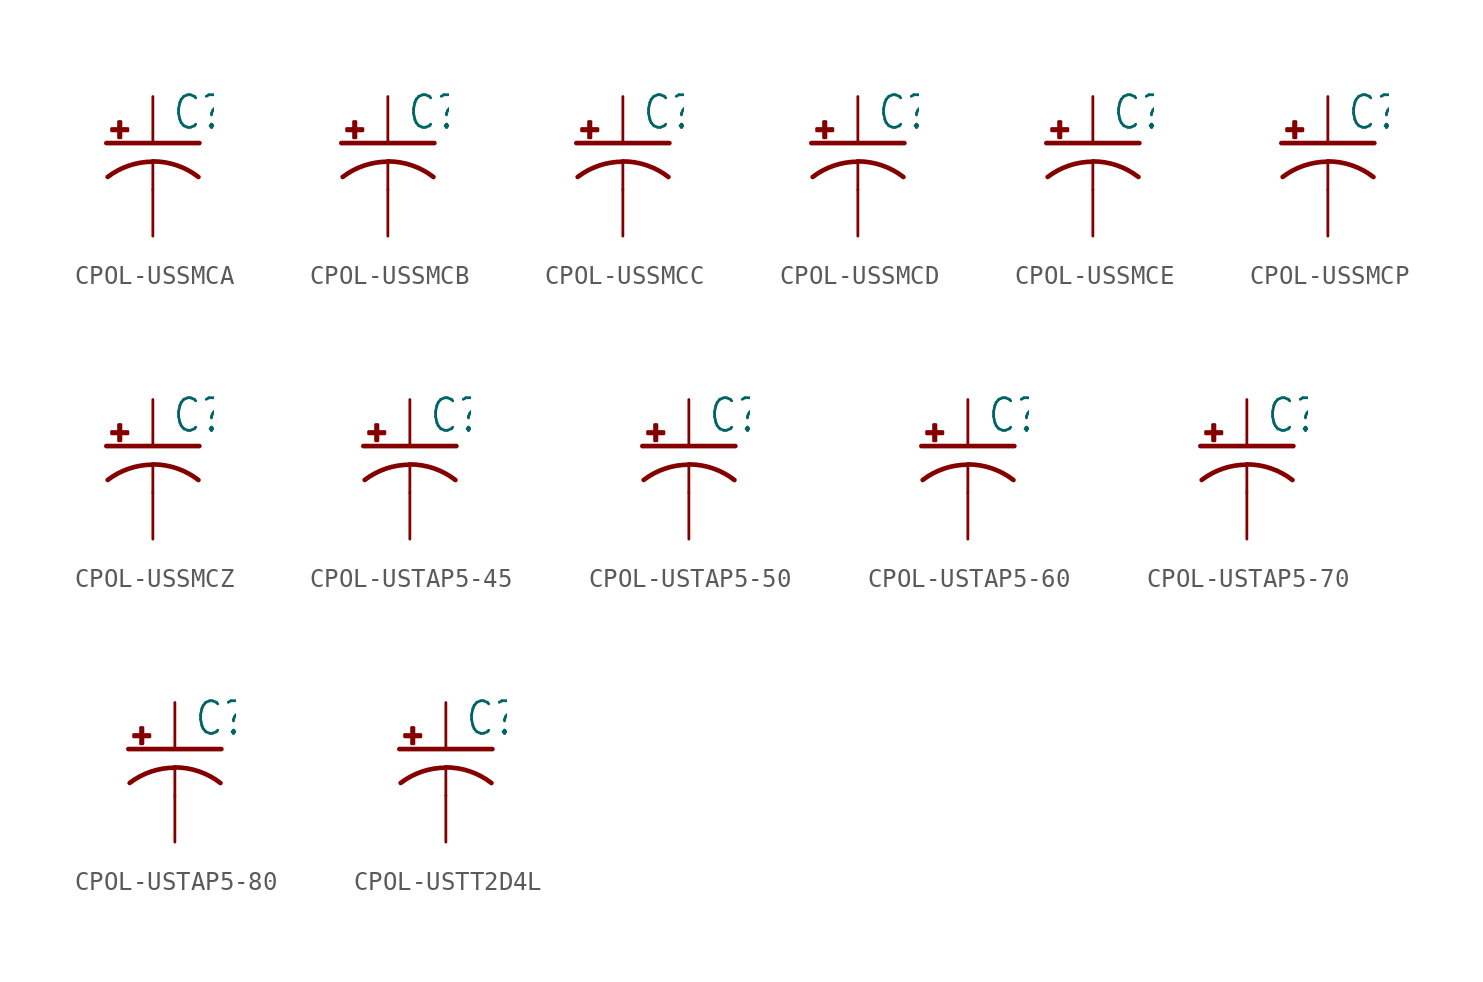
<source format=kicad_sym>
(kicad_symbol_lib
  (version 20231120)
  (generator "kicad_symbol_editor")
  (generator_version "8.0")
  (symbol "CPOL-USSMCA"
    (property "Reference" "C"
      (at 1.016 0.635 0)
      (effects (font (size 1.778 1.511)) (justify left bottom)))
    (property "Value" ""
      (at 1.016 -4.191 0)
      (effects (font (size 1.778 1.511)) (justify left bottom)))
    (property "ki_locked" ""
      (at 0 0 0)
      (effects (font (size 1.27 1.27))))
    (symbol "CPOL-USSMCA_1_0"
      (rectangle (start -2.253 0.668) (end -1.364 0.795) (stroke (width 0) (type default)) (fill (type outline)))
      (rectangle (start -1.872 0.287) (end -1.745 1.176) (stroke (width 0) (type default)) (fill (type outline)))
      (arc (start 0 -1.0161) (mid -1.3021 -1.2303) (end -2.4669 -1.8504) (stroke (width 0.254) (type solid)) (fill (type none)))
      (polyline (pts (xy -2.54 0) (xy 2.54 0)) (stroke (width 0.254) (type solid)) (fill (type none)))
      (polyline (pts (xy 0 -1.016) (xy 0 -2.54)) (stroke (width 0.152) (type solid)) (fill (type none)))
      (arc (start 2.4892 -1.8541) (mid 1.3158 -1.2194) (end 0 -1) (stroke (width 0.254) (type solid)) (fill (type none)))
      (pin passive line (at 0 2.54 270) (length 2.54) (name "+" (effects (font (size 0 0)))) (number "+" (effects (font (size 0 0)))))
      (pin passive line (at 0 -5.08 90) (length 2.54) (name "-" (effects (font (size 0 0)))) (number "-" (effects (font (size 0 0)))))))
  (symbol "CPOL-USSMCB"
    (property "Reference" "C"
      (at 1.016 0.635 0)
      (effects (font (size 1.778 1.511)) (justify left bottom)))
    (property "Value" ""
      (at 1.016 -4.191 0)
      (effects (font (size 1.778 1.511)) (justify left bottom)))
    (property "ki_locked" ""
      (at 0 0 0)
      (effects (font (size 1.27 1.27))))
    (symbol "CPOL-USSMCB_1_0"
      (rectangle (start -2.253 0.668) (end -1.364 0.795) (stroke (width 0) (type default)) (fill (type outline)))
      (rectangle (start -1.872 0.287) (end -1.745 1.176) (stroke (width 0) (type default)) (fill (type outline)))
      (arc (start 0 -1.0161) (mid -1.3021 -1.2303) (end -2.4669 -1.8504) (stroke (width 0.254) (type solid)) (fill (type none)))
      (polyline (pts (xy -2.54 0) (xy 2.54 0)) (stroke (width 0.254) (type solid)) (fill (type none)))
      (polyline (pts (xy 0 -1.016) (xy 0 -2.54)) (stroke (width 0.152) (type solid)) (fill (type none)))
      (arc (start 2.4892 -1.8541) (mid 1.3158 -1.2194) (end 0 -1) (stroke (width 0.254) (type solid)) (fill (type none)))
      (pin passive line (at 0 2.54 270) (length 2.54) (name "+" (effects (font (size 0 0)))) (number "+" (effects (font (size 0 0)))))
      (pin passive line (at 0 -5.08 90) (length 2.54) (name "-" (effects (font (size 0 0)))) (number "-" (effects (font (size 0 0)))))))
  (symbol "CPOL-USSMCC"
    (property "Reference" "C"
      (at 1.016 0.635 0)
      (effects (font (size 1.778 1.511)) (justify left bottom)))
    (property "Value" ""
      (at 1.016 -4.191 0)
      (effects (font (size 1.778 1.511)) (justify left bottom)))
    (property "ki_locked" ""
      (at 0 0 0)
      (effects (font (size 1.27 1.27))))
    (symbol "CPOL-USSMCC_1_0"
      (rectangle (start -2.253 0.668) (end -1.364 0.795) (stroke (width 0) (type default)) (fill (type outline)))
      (rectangle (start -1.872 0.287) (end -1.745 1.176) (stroke (width 0) (type default)) (fill (type outline)))
      (arc (start 0 -1.0161) (mid -1.3021 -1.2303) (end -2.4669 -1.8504) (stroke (width 0.254) (type solid)) (fill (type none)))
      (polyline (pts (xy -2.54 0) (xy 2.54 0)) (stroke (width 0.254) (type solid)) (fill (type none)))
      (polyline (pts (xy 0 -1.016) (xy 0 -2.54)) (stroke (width 0.152) (type solid)) (fill (type none)))
      (arc (start 2.4892 -1.8541) (mid 1.3158 -1.2194) (end 0 -1) (stroke (width 0.254) (type solid)) (fill (type none)))
      (pin passive line (at 0 2.54 270) (length 2.54) (name "+" (effects (font (size 0 0)))) (number "+" (effects (font (size 0 0)))))
      (pin passive line (at 0 -5.08 90) (length 2.54) (name "-" (effects (font (size 0 0)))) (number "-" (effects (font (size 0 0)))))))
  (symbol "CPOL-USSMCD"
    (property "Reference" "C"
      (at 1.016 0.635 0)
      (effects (font (size 1.778 1.511)) (justify left bottom)))
    (property "Value" ""
      (at 1.016 -4.191 0)
      (effects (font (size 1.778 1.511)) (justify left bottom)))
    (property "ki_locked" ""
      (at 0 0 0)
      (effects (font (size 1.27 1.27))))
    (symbol "CPOL-USSMCD_1_0"
      (rectangle (start -2.253 0.668) (end -1.364 0.795) (stroke (width 0) (type default)) (fill (type outline)))
      (rectangle (start -1.872 0.287) (end -1.745 1.176) (stroke (width 0) (type default)) (fill (type outline)))
      (arc (start 0 -1.0161) (mid -1.3021 -1.2303) (end -2.4669 -1.8504) (stroke (width 0.254) (type solid)) (fill (type none)))
      (polyline (pts (xy -2.54 0) (xy 2.54 0)) (stroke (width 0.254) (type solid)) (fill (type none)))
      (polyline (pts (xy 0 -1.016) (xy 0 -2.54)) (stroke (width 0.152) (type solid)) (fill (type none)))
      (arc (start 2.4892 -1.8541) (mid 1.3158 -1.2194) (end 0 -1) (stroke (width 0.254) (type solid)) (fill (type none)))
      (pin passive line (at 0 2.54 270) (length 2.54) (name "+" (effects (font (size 0 0)))) (number "+" (effects (font (size 0 0)))))
      (pin passive line (at 0 -5.08 90) (length 2.54) (name "-" (effects (font (size 0 0)))) (number "-" (effects (font (size 0 0)))))))
  (symbol "CPOL-USSMCE"
    (property "Reference" "C"
      (at 1.016 0.635 0)
      (effects (font (size 1.778 1.511)) (justify left bottom)))
    (property "Value" ""
      (at 1.016 -4.191 0)
      (effects (font (size 1.778 1.511)) (justify left bottom)))
    (property "ki_locked" ""
      (at 0 0 0)
      (effects (font (size 1.27 1.27))))
    (symbol "CPOL-USSMCE_1_0"
      (rectangle (start -2.253 0.668) (end -1.364 0.795) (stroke (width 0) (type default)) (fill (type outline)))
      (rectangle (start -1.872 0.287) (end -1.745 1.176) (stroke (width 0) (type default)) (fill (type outline)))
      (arc (start 0 -1.0161) (mid -1.3021 -1.2303) (end -2.4669 -1.8504) (stroke (width 0.254) (type solid)) (fill (type none)))
      (polyline (pts (xy -2.54 0) (xy 2.54 0)) (stroke (width 0.254) (type solid)) (fill (type none)))
      (polyline (pts (xy 0 -1.016) (xy 0 -2.54)) (stroke (width 0.152) (type solid)) (fill (type none)))
      (arc (start 2.4892 -1.8541) (mid 1.3158 -1.2194) (end 0 -1) (stroke (width 0.254) (type solid)) (fill (type none)))
      (pin passive line (at 0 2.54 270) (length 2.54) (name "+" (effects (font (size 0 0)))) (number "+" (effects (font (size 0 0)))))
      (pin passive line (at 0 -5.08 90) (length 2.54) (name "-" (effects (font (size 0 0)))) (number "-" (effects (font (size 0 0)))))))
  (symbol "CPOL-USSMCP"
    (property "Reference" "C"
      (at 1.016 0.635 0)
      (effects (font (size 1.778 1.511)) (justify left bottom)))
    (property "Value" ""
      (at 1.016 -4.191 0)
      (effects (font (size 1.778 1.511)) (justify left bottom)))
    (property "ki_locked" ""
      (at 0 0 0)
      (effects (font (size 1.27 1.27))))
    (symbol "CPOL-USSMCP_1_0"
      (rectangle (start -2.253 0.668) (end -1.364 0.795) (stroke (width 0) (type default)) (fill (type outline)))
      (rectangle (start -1.872 0.287) (end -1.745 1.176) (stroke (width 0) (type default)) (fill (type outline)))
      (arc (start 0 -1.0161) (mid -1.3021 -1.2303) (end -2.4669 -1.8504) (stroke (width 0.254) (type solid)) (fill (type none)))
      (polyline (pts (xy -2.54 0) (xy 2.54 0)) (stroke (width 0.254) (type solid)) (fill (type none)))
      (polyline (pts (xy 0 -1.016) (xy 0 -2.54)) (stroke (width 0.152) (type solid)) (fill (type none)))
      (arc (start 2.4892 -1.8541) (mid 1.3158 -1.2194) (end 0 -1) (stroke (width 0.254) (type solid)) (fill (type none)))
      (pin passive line (at 0 2.54 270) (length 2.54) (name "+" (effects (font (size 0 0)))) (number "+" (effects (font (size 0 0)))))
      (pin passive line (at 0 -5.08 90) (length 2.54) (name "-" (effects (font (size 0 0)))) (number "-" (effects (font (size 0 0)))))))
  (symbol "CPOL-USSMCZ"
    (property "Reference" "C"
      (at 1.016 0.635 0)
      (effects (font (size 1.778 1.511)) (justify left bottom)))
    (property "Value" ""
      (at 1.016 -4.191 0)
      (effects (font (size 1.778 1.511)) (justify left bottom)))
    (property "ki_locked" ""
      (at 0 0 0)
      (effects (font (size 1.27 1.27))))
    (symbol "CPOL-USSMCZ_1_0"
      (rectangle (start -2.253 0.668) (end -1.364 0.795) (stroke (width 0) (type default)) (fill (type outline)))
      (rectangle (start -1.872 0.287) (end -1.745 1.176) (stroke (width 0) (type default)) (fill (type outline)))
      (arc (start 0 -1.0161) (mid -1.3021 -1.2303) (end -2.4669 -1.8504) (stroke (width 0.254) (type solid)) (fill (type none)))
      (polyline (pts (xy -2.54 0) (xy 2.54 0)) (stroke (width 0.254) (type solid)) (fill (type none)))
      (polyline (pts (xy 0 -1.016) (xy 0 -2.54)) (stroke (width 0.152) (type solid)) (fill (type none)))
      (arc (start 2.4892 -1.8541) (mid 1.3158 -1.2194) (end 0 -1) (stroke (width 0.254) (type solid)) (fill (type none)))
      (pin passive line (at 0 2.54 270) (length 2.54) (name "+" (effects (font (size 0 0)))) (number "+" (effects (font (size 0 0)))))
      (pin passive line (at 0 -5.08 90) (length 2.54) (name "-" (effects (font (size 0 0)))) (number "-" (effects (font (size 0 0)))))))
  (symbol "CPOL-USTAP5-45"
    (property "Reference" "C"
      (at 1.016 0.635 0)
      (effects (font (size 1.778 1.511)) (justify left bottom)))
    (property "Value" ""
      (at 1.016 -4.191 0)
      (effects (font (size 1.778 1.511)) (justify left bottom)))
    (property "ki_locked" ""
      (at 0 0 0)
      (effects (font (size 1.27 1.27))))
    (symbol "CPOL-USTAP5-45_1_0"
      (rectangle (start -2.253 0.668) (end -1.364 0.795) (stroke (width 0) (type default)) (fill (type outline)))
      (rectangle (start -1.872 0.287) (end -1.745 1.176) (stroke (width 0) (type default)) (fill (type outline)))
      (arc (start 0 -1.0161) (mid -1.3021 -1.2303) (end -2.4669 -1.8504) (stroke (width 0.254) (type solid)) (fill (type none)))
      (polyline (pts (xy -2.54 0) (xy 2.54 0)) (stroke (width 0.254) (type solid)) (fill (type none)))
      (polyline (pts (xy 0 -1.016) (xy 0 -2.54)) (stroke (width 0.152) (type solid)) (fill (type none)))
      (arc (start 2.4892 -1.8541) (mid 1.3158 -1.2194) (end 0 -1) (stroke (width 0.254) (type solid)) (fill (type none)))
      (pin passive line (at 0 2.54 270) (length 2.54) (name "+" (effects (font (size 0 0)))) (number "+" (effects (font (size 0 0)))))
      (pin passive line (at 0 -5.08 90) (length 2.54) (name "-" (effects (font (size 0 0)))) (number "-" (effects (font (size 0 0)))))))
  (symbol "CPOL-USTAP5-50"
    (property "Reference" "C"
      (at 1.016 0.635 0)
      (effects (font (size 1.778 1.511)) (justify left bottom)))
    (property "Value" ""
      (at 1.016 -4.191 0)
      (effects (font (size 1.778 1.511)) (justify left bottom)))
    (property "ki_locked" ""
      (at 0 0 0)
      (effects (font (size 1.27 1.27))))
    (symbol "CPOL-USTAP5-50_1_0"
      (rectangle (start -2.253 0.668) (end -1.364 0.795) (stroke (width 0) (type default)) (fill (type outline)))
      (rectangle (start -1.872 0.287) (end -1.745 1.176) (stroke (width 0) (type default)) (fill (type outline)))
      (arc (start 0 -1.0161) (mid -1.3021 -1.2303) (end -2.4669 -1.8504) (stroke (width 0.254) (type solid)) (fill (type none)))
      (polyline (pts (xy -2.54 0) (xy 2.54 0)) (stroke (width 0.254) (type solid)) (fill (type none)))
      (polyline (pts (xy 0 -1.016) (xy 0 -2.54)) (stroke (width 0.152) (type solid)) (fill (type none)))
      (arc (start 2.4892 -1.8541) (mid 1.3158 -1.2194) (end 0 -1) (stroke (width 0.254) (type solid)) (fill (type none)))
      (pin passive line (at 0 2.54 270) (length 2.54) (name "+" (effects (font (size 0 0)))) (number "+" (effects (font (size 0 0)))))
      (pin passive line (at 0 -5.08 90) (length 2.54) (name "-" (effects (font (size 0 0)))) (number "-" (effects (font (size 0 0)))))))
  (symbol "CPOL-USTAP5-60"
    (property "Reference" "C"
      (at 1.016 0.635 0)
      (effects (font (size 1.778 1.511)) (justify left bottom)))
    (property "Value" ""
      (at 1.016 -4.191 0)
      (effects (font (size 1.778 1.511)) (justify left bottom)))
    (property "ki_locked" ""
      (at 0 0 0)
      (effects (font (size 1.27 1.27))))
    (symbol "CPOL-USTAP5-60_1_0"
      (rectangle (start -2.253 0.668) (end -1.364 0.795) (stroke (width 0) (type default)) (fill (type outline)))
      (rectangle (start -1.872 0.287) (end -1.745 1.176) (stroke (width 0) (type default)) (fill (type outline)))
      (arc (start 0 -1.0161) (mid -1.3021 -1.2303) (end -2.4669 -1.8504) (stroke (width 0.254) (type solid)) (fill (type none)))
      (polyline (pts (xy -2.54 0) (xy 2.54 0)) (stroke (width 0.254) (type solid)) (fill (type none)))
      (polyline (pts (xy 0 -1.016) (xy 0 -2.54)) (stroke (width 0.152) (type solid)) (fill (type none)))
      (arc (start 2.4892 -1.8541) (mid 1.3158 -1.2194) (end 0 -1) (stroke (width 0.254) (type solid)) (fill (type none)))
      (pin passive line (at 0 2.54 270) (length 2.54) (name "+" (effects (font (size 0 0)))) (number "+" (effects (font (size 0 0)))))
      (pin passive line (at 0 -5.08 90) (length 2.54) (name "-" (effects (font (size 0 0)))) (number "-" (effects (font (size 0 0)))))))
  (symbol "CPOL-USTAP5-70"
    (property "Reference" "C"
      (at 1.016 0.635 0)
      (effects (font (size 1.778 1.511)) (justify left bottom)))
    (property "Value" ""
      (at 1.016 -4.191 0)
      (effects (font (size 1.778 1.511)) (justify left bottom)))
    (property "ki_locked" ""
      (at 0 0 0)
      (effects (font (size 1.27 1.27))))
    (symbol "CPOL-USTAP5-70_1_0"
      (rectangle (start -2.253 0.668) (end -1.364 0.795) (stroke (width 0) (type default)) (fill (type outline)))
      (rectangle (start -1.872 0.287) (end -1.745 1.176) (stroke (width 0) (type default)) (fill (type outline)))
      (arc (start 0 -1.0161) (mid -1.3021 -1.2303) (end -2.4669 -1.8504) (stroke (width 0.254) (type solid)) (fill (type none)))
      (polyline (pts (xy -2.54 0) (xy 2.54 0)) (stroke (width 0.254) (type solid)) (fill (type none)))
      (polyline (pts (xy 0 -1.016) (xy 0 -2.54)) (stroke (width 0.152) (type solid)) (fill (type none)))
      (arc (start 2.4892 -1.8541) (mid 1.3158 -1.2194) (end 0 -1) (stroke (width 0.254) (type solid)) (fill (type none)))
      (pin passive line (at 0 2.54 270) (length 2.54) (name "+" (effects (font (size 0 0)))) (number "+" (effects (font (size 0 0)))))
      (pin passive line (at 0 -5.08 90) (length 2.54) (name "-" (effects (font (size 0 0)))) (number "-" (effects (font (size 0 0)))))))
  (symbol "CPOL-USTAP5-80"
    (property "Reference" "C"
      (at 1.016 0.635 0)
      (effects (font (size 1.778 1.511)) (justify left bottom)))
    (property "Value" ""
      (at 1.016 -4.191 0)
      (effects (font (size 1.778 1.511)) (justify left bottom)))
    (property "ki_locked" ""
      (at 0 0 0)
      (effects (font (size 1.27 1.27))))
    (symbol "CPOL-USTAP5-80_1_0"
      (rectangle (start -2.253 0.668) (end -1.364 0.795) (stroke (width 0) (type default)) (fill (type outline)))
      (rectangle (start -1.872 0.287) (end -1.745 1.176) (stroke (width 0) (type default)) (fill (type outline)))
      (arc (start 0 -1.0161) (mid -1.3021 -1.2303) (end -2.4669 -1.8504) (stroke (width 0.254) (type solid)) (fill (type none)))
      (polyline (pts (xy -2.54 0) (xy 2.54 0)) (stroke (width 0.254) (type solid)) (fill (type none)))
      (polyline (pts (xy 0 -1.016) (xy 0 -2.54)) (stroke (width 0.152) (type solid)) (fill (type none)))
      (arc (start 2.4892 -1.8541) (mid 1.3158 -1.2194) (end 0 -1) (stroke (width 0.254) (type solid)) (fill (type none)))
      (pin passive line (at 0 2.54 270) (length 2.54) (name "+" (effects (font (size 0 0)))) (number "+" (effects (font (size 0 0)))))
      (pin passive line (at 0 -5.08 90) (length 2.54) (name "-" (effects (font (size 0 0)))) (number "-" (effects (font (size 0 0)))))))
  (symbol "CPOL-USTT2D4L"
    (property "Reference" "C"
      (at 1.016 0.635 0)
      (effects (font (size 1.778 1.511)) (justify left bottom)))
    (property "Value" ""
      (at 1.016 -4.191 0)
      (effects (font (size 1.778 1.511)) (justify left bottom)))
    (property "ki_locked" ""
      (at 0 0 0)
      (effects (font (size 1.27 1.27))))
    (symbol "CPOL-USTT2D4L_1_0"
      (rectangle (start -2.253 0.668) (end -1.364 0.795) (stroke (width 0) (type default)) (fill (type outline)))
      (rectangle (start -1.872 0.287) (end -1.745 1.176) (stroke (width 0) (type default)) (fill (type outline)))
      (arc (start 0 -1.0161) (mid -1.3021 -1.2303) (end -2.4669 -1.8504) (stroke (width 0.254) (type solid)) (fill (type none)))
      (polyline (pts (xy -2.54 0) (xy 2.54 0)) (stroke (width 0.254) (type solid)) (fill (type none)))
      (polyline (pts (xy 0 -1.016) (xy 0 -2.54)) (stroke (width 0.152) (type solid)) (fill (type none)))
      (arc (start 2.4892 -1.8541) (mid 1.3158 -1.2194) (end 0 -1) (stroke (width 0.254) (type solid)) (fill (type none)))
      (pin passive line (at 0 2.54 270) (length 2.54) (name "+" (effects (font (size 0 0)))) (number "+" (effects (font (size 0 0)))))
      (pin passive line (at 0 -5.08 90) (length 2.54) (name "-" (effects (font (size 0 0)))) (number "-" (effects (font (size 0 0))))))))
</source>
